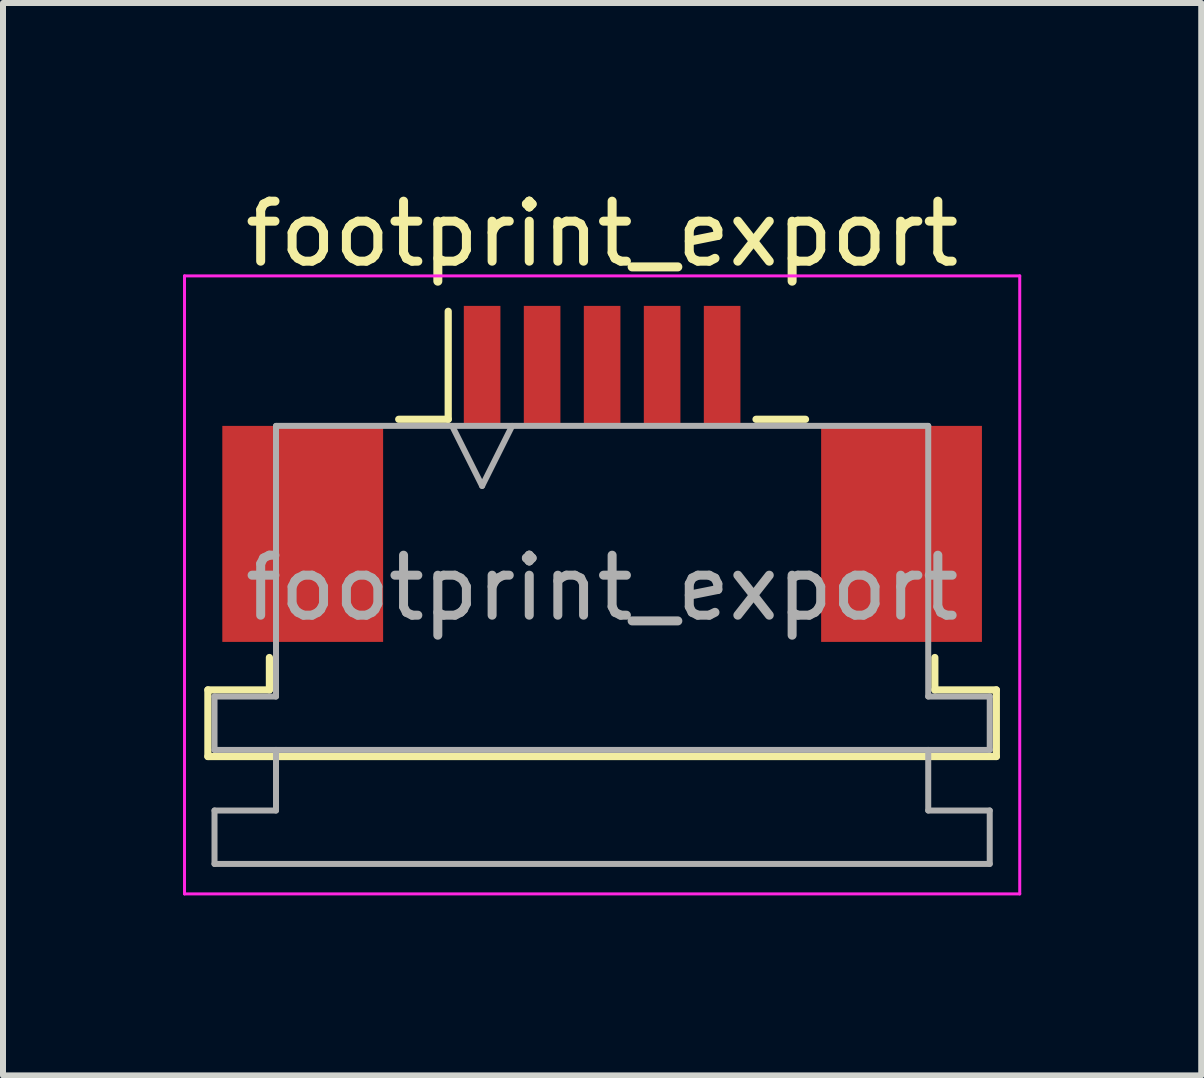
<source format=kicad_pcb>
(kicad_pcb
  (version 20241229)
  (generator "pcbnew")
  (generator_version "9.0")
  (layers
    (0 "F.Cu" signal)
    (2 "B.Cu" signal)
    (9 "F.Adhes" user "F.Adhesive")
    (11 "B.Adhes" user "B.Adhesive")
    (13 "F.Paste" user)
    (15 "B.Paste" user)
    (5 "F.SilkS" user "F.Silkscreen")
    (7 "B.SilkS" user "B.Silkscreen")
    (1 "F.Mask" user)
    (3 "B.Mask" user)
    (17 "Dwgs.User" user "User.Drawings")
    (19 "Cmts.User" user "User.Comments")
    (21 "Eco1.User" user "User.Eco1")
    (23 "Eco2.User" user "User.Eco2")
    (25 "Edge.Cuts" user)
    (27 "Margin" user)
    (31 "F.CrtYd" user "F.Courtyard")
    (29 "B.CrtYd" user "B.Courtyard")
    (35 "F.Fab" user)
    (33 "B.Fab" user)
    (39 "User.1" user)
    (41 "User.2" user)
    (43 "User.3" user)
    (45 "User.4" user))
  (footprint "footprint_export"
    (layer "F.Cu")
    (at 6.985 4.848)
    (property "Reference" "footprint_export" (at 0 -4 0) (layer "F.SilkS") (effects (font (size 1 1) (thickness 0.15))))
    (attr smd)
    (fp_line (start -6.57 3.6) (end -5.545 3.6) (stroke (width 0.12) (type solid)) (layer "F.SilkS"))
    (fp_line (start -6.57 4.71) (end -6.57 3.6) (stroke (width 0.12) (type solid)) (layer "F.SilkS"))
    (fp_line (start -5.545 3.6) (end -5.545 3.06) (stroke (width 0.12) (type solid)) (layer "F.SilkS"))
    (fp_line (start -3.39 -0.91) (end -2.565 -0.91) (stroke (width 0.12) (type solid)) (layer "F.SilkS"))
    (fp_line (start -2.565 -0.91) (end -2.565 -2.71) (stroke (width 0.12) (type solid)) (layer "F.SilkS"))
    (fp_line (start 2.565 -0.91) (end 3.39 -0.91) (stroke (width 0.12) (type solid)) (layer "F.SilkS"))
    (fp_line (start 5.545 3.06) (end 5.545 3.6) (stroke (width 0.12) (type solid)) (layer "F.SilkS"))
    (fp_line (start 5.545 3.6) (end 6.57 3.6) (stroke (width 0.12) (type solid)) (layer "F.SilkS"))
    (fp_line (start 6.57 3.6) (end 6.57 4.71) (stroke (width 0.12) (type solid)) (layer "F.SilkS"))
    (fp_line (start 6.57 4.71) (end -6.57 4.71) (stroke (width 0.12) (type solid)) (layer "F.SilkS"))
    (fp_line (start -6.96 -3.3) (end -6.96 7) (stroke (width 0.05) (type solid)) (layer "F.CrtYd"))
    (fp_line (start -6.96 7) (end 6.96 7) (stroke (width 0.05) (type solid)) (layer "F.CrtYd"))
    (fp_line (start 6.96 -3.3) (end -6.96 -3.3) (stroke (width 0.05) (type solid)) (layer "F.CrtYd"))
    (fp_line (start 6.96 7) (end 6.96 -3.3) (stroke (width 0.05) (type solid)) (layer "F.CrtYd"))
    (fp_line (start -6.46 3.71) (end -5.435 3.71) (stroke (width 0.1) (type solid)) (layer "F.Fab"))
    (fp_line (start -6.46 4.6) (end -6.46 3.71) (stroke (width 0.1) (type solid)) (layer "F.Fab"))
    (fp_line (start -6.46 5.61) (end -5.435 5.61) (stroke (width 0.1) (type solid)) (layer "F.Fab"))
    (fp_line (start -6.46 6.5) (end -6.46 5.61) (stroke (width 0.1) (type solid)) (layer "F.Fab"))
    (fp_line (start -5.435 -0.8) (end 5.435 -0.8) (stroke (width 0.1) (type solid)) (layer "F.Fab"))
    (fp_line (start -5.435 3.71) (end -5.435 -0.8) (stroke (width 0.1) (type solid)) (layer "F.Fab"))
    (fp_line (start -5.435 5.61) (end -5.435 4.6) (stroke (width 0.1) (type solid)) (layer "F.Fab"))
    (fp_line (start -2.5 -0.8) (end -2 0.2) (stroke (width 0.1) (type solid)) (layer "F.Fab"))
    (fp_line (start -2 0.2) (end -1.5 -0.8) (stroke (width 0.1) (type solid)) (layer "F.Fab"))
    (fp_line (start 5.435 -0.8) (end 5.435 3.71) (stroke (width 0.1) (type solid)) (layer "F.Fab"))
    (fp_line (start 5.435 3.71) (end 6.46 3.71) (stroke (width 0.1) (type solid)) (layer "F.Fab"))
    (fp_line (start 5.435 4.6) (end 5.435 5.61) (stroke (width 0.1) (type solid)) (layer "F.Fab"))
    (fp_line (start 5.435 5.61) (end 6.46 5.61) (stroke (width 0.1) (type solid)) (layer "F.Fab"))
    (fp_line (start 6.46 3.71) (end 6.46 4.6) (stroke (width 0.1) (type solid)) (layer "F.Fab"))
    (fp_line (start 6.46 4.6) (end -6.46 4.6) (stroke (width 0.1) (type solid)) (layer "F.Fab"))
    (fp_line (start 6.46 5.61) (end 6.46 6.5) (stroke (width 0.1) (type solid)) (layer "F.Fab"))
    (fp_line (start 6.46 6.5) (end -6.46 6.5) (stroke (width 0.1) (type solid)) (layer "F.Fab"))
    (fp_text user "${REFERENCE}" (at 0 1.9 0) (layer "F.Fab") (effects (font (size 1 1) (thickness 0.15))))
    (pad "1" smd rect (at -2 -1.8) (size 0.61 2) (layers "F.Cu" "F.Mask" "F.Paste"))
    (pad "2" smd rect (at -1 -1.8) (size 0.61 2) (layers "F.Cu" "F.Mask" "F.Paste"))
    (pad "3" smd rect (at 0 -1.8) (size 0.61 2) (layers "F.Cu" "F.Mask" "F.Paste"))
    (pad "4" smd rect (at 1 -1.8) (size 0.61 2) (layers "F.Cu" "F.Mask" "F.Paste"))
    (pad "5" smd rect (at 2 -1.8) (size 0.61 2) (layers "F.Cu" "F.Mask" "F.Paste"))
    (pad "MP" smd rect (at -4.99 1) (size 2.68 3.6) (layers "F.Cu" "F.Mask" "F.Paste"))
    (pad "MP" smd rect (at 4.99 1) (size 2.68 3.6) (layers "F.Cu" "F.Mask" "F.Paste")))
  (gr_rect
    (start -3 -3)
    (end 16.97 14.873)
    (stroke (width 0.1) (type default))
    (fill no)
    (layer "Edge.Cuts")))
</source>
